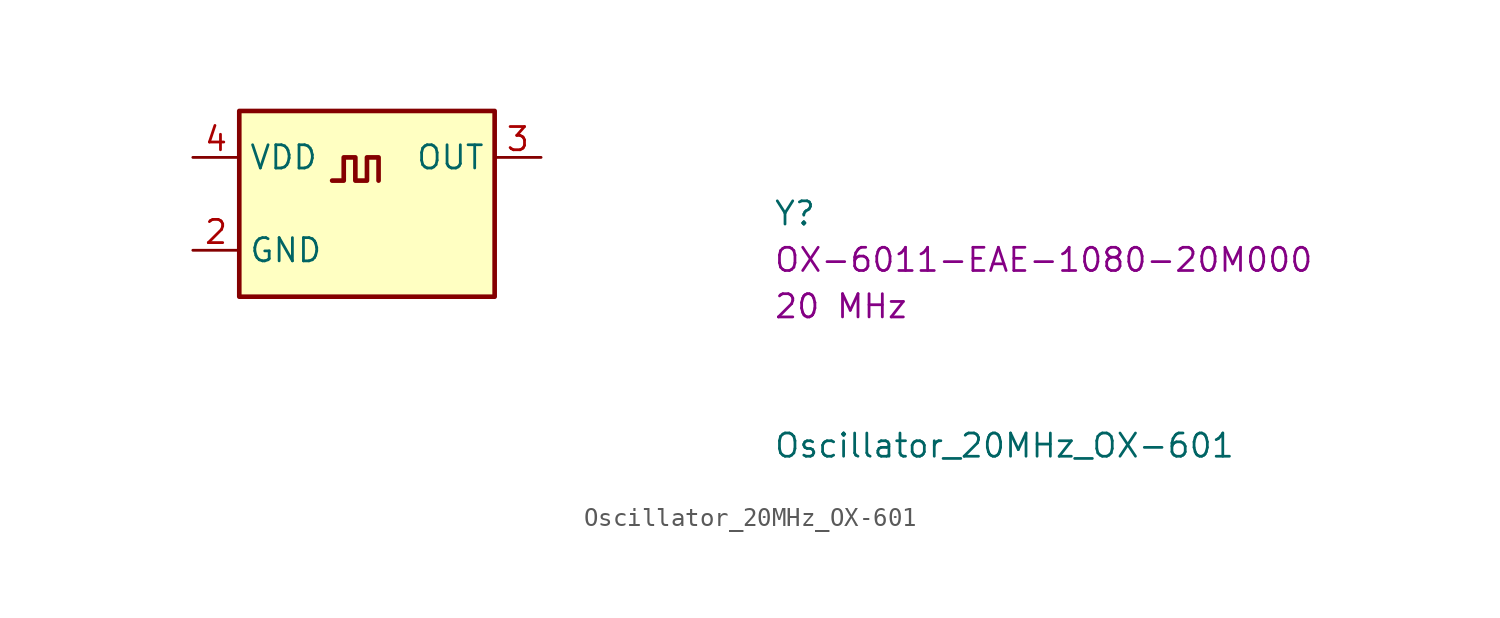
<source format=kicad_sym>
(kicad_symbol_lib
  (version 20220914)
  (generator kicad_symbol_editor)
  (symbol "Oscillator_20MHz_OX-601"
    (property "Reference" "Y"
      (at 31.75 -3.81 0)
      (effects (font (size 1.27 1.27) (thickness 0.15)) (justify left bottom)))
    (property "Value" "Oscillator_20MHz_OX-601"
      (at 31.75 -16.51 0)
      (effects (font (size 1.27 1.27) (thickness 0.15)) (justify left bottom)))
    (property "Val" "20 MHz"
      (at 31.75 -8.89 0)
      (effects (font (size 1.27 1.27)) (justify left bottom)))
    (property "MPN" "OX-6011-EAE-1080-20M000"
      (at 31.75 -6.35 0)
      (effects (font (size 1.27 1.27) (thickness 0.15)) (justify left bottom)))
    (symbol "Oscillator_20MHz_OX-601_1_1"
      (polyline (pts (xy 7.62 -1.27) (xy 8.255 -1.27) (xy 8.255 0) (xy 8.89 0) (xy 8.89 -1.27) (xy 9.525 -1.27) (xy 9.525 0) (xy 10.16 0) (xy 10.16 -1.27)) (stroke (width 0.254) (type default)) (fill (type background)))
      (rectangle (start 2.54 2.54) (end 16.51 -7.62) (stroke (width 0.254) (type default)) (fill (type background)))
      (pin no_connect line (at 16.51 -5.08 180) (length 2.54) hide (name "NC" (effects (font (size 1.27 1.27)))) (number "1" (effects (font (size 1.27 1.27)))))
      (pin power_in line (at 0 -5.08 0) (length 2.54) (name "GND" (effects (font (size 1.27 1.27)))) (number "2" (effects (font (size 1.27 1.27)))))
      (pin output line (at 19.05 0 180) (length 2.54) (name "OUT" (effects (font (size 1.27 1.27)))) (number "3" (effects (font (size 1.27 1.27)))))
      (pin power_in line (at 0 0 0) (length 2.54) (name "VDD" (effects (font (size 1.27 1.27)))) (number "4" (effects (font (size 1.27 1.27))))))))
</source>
